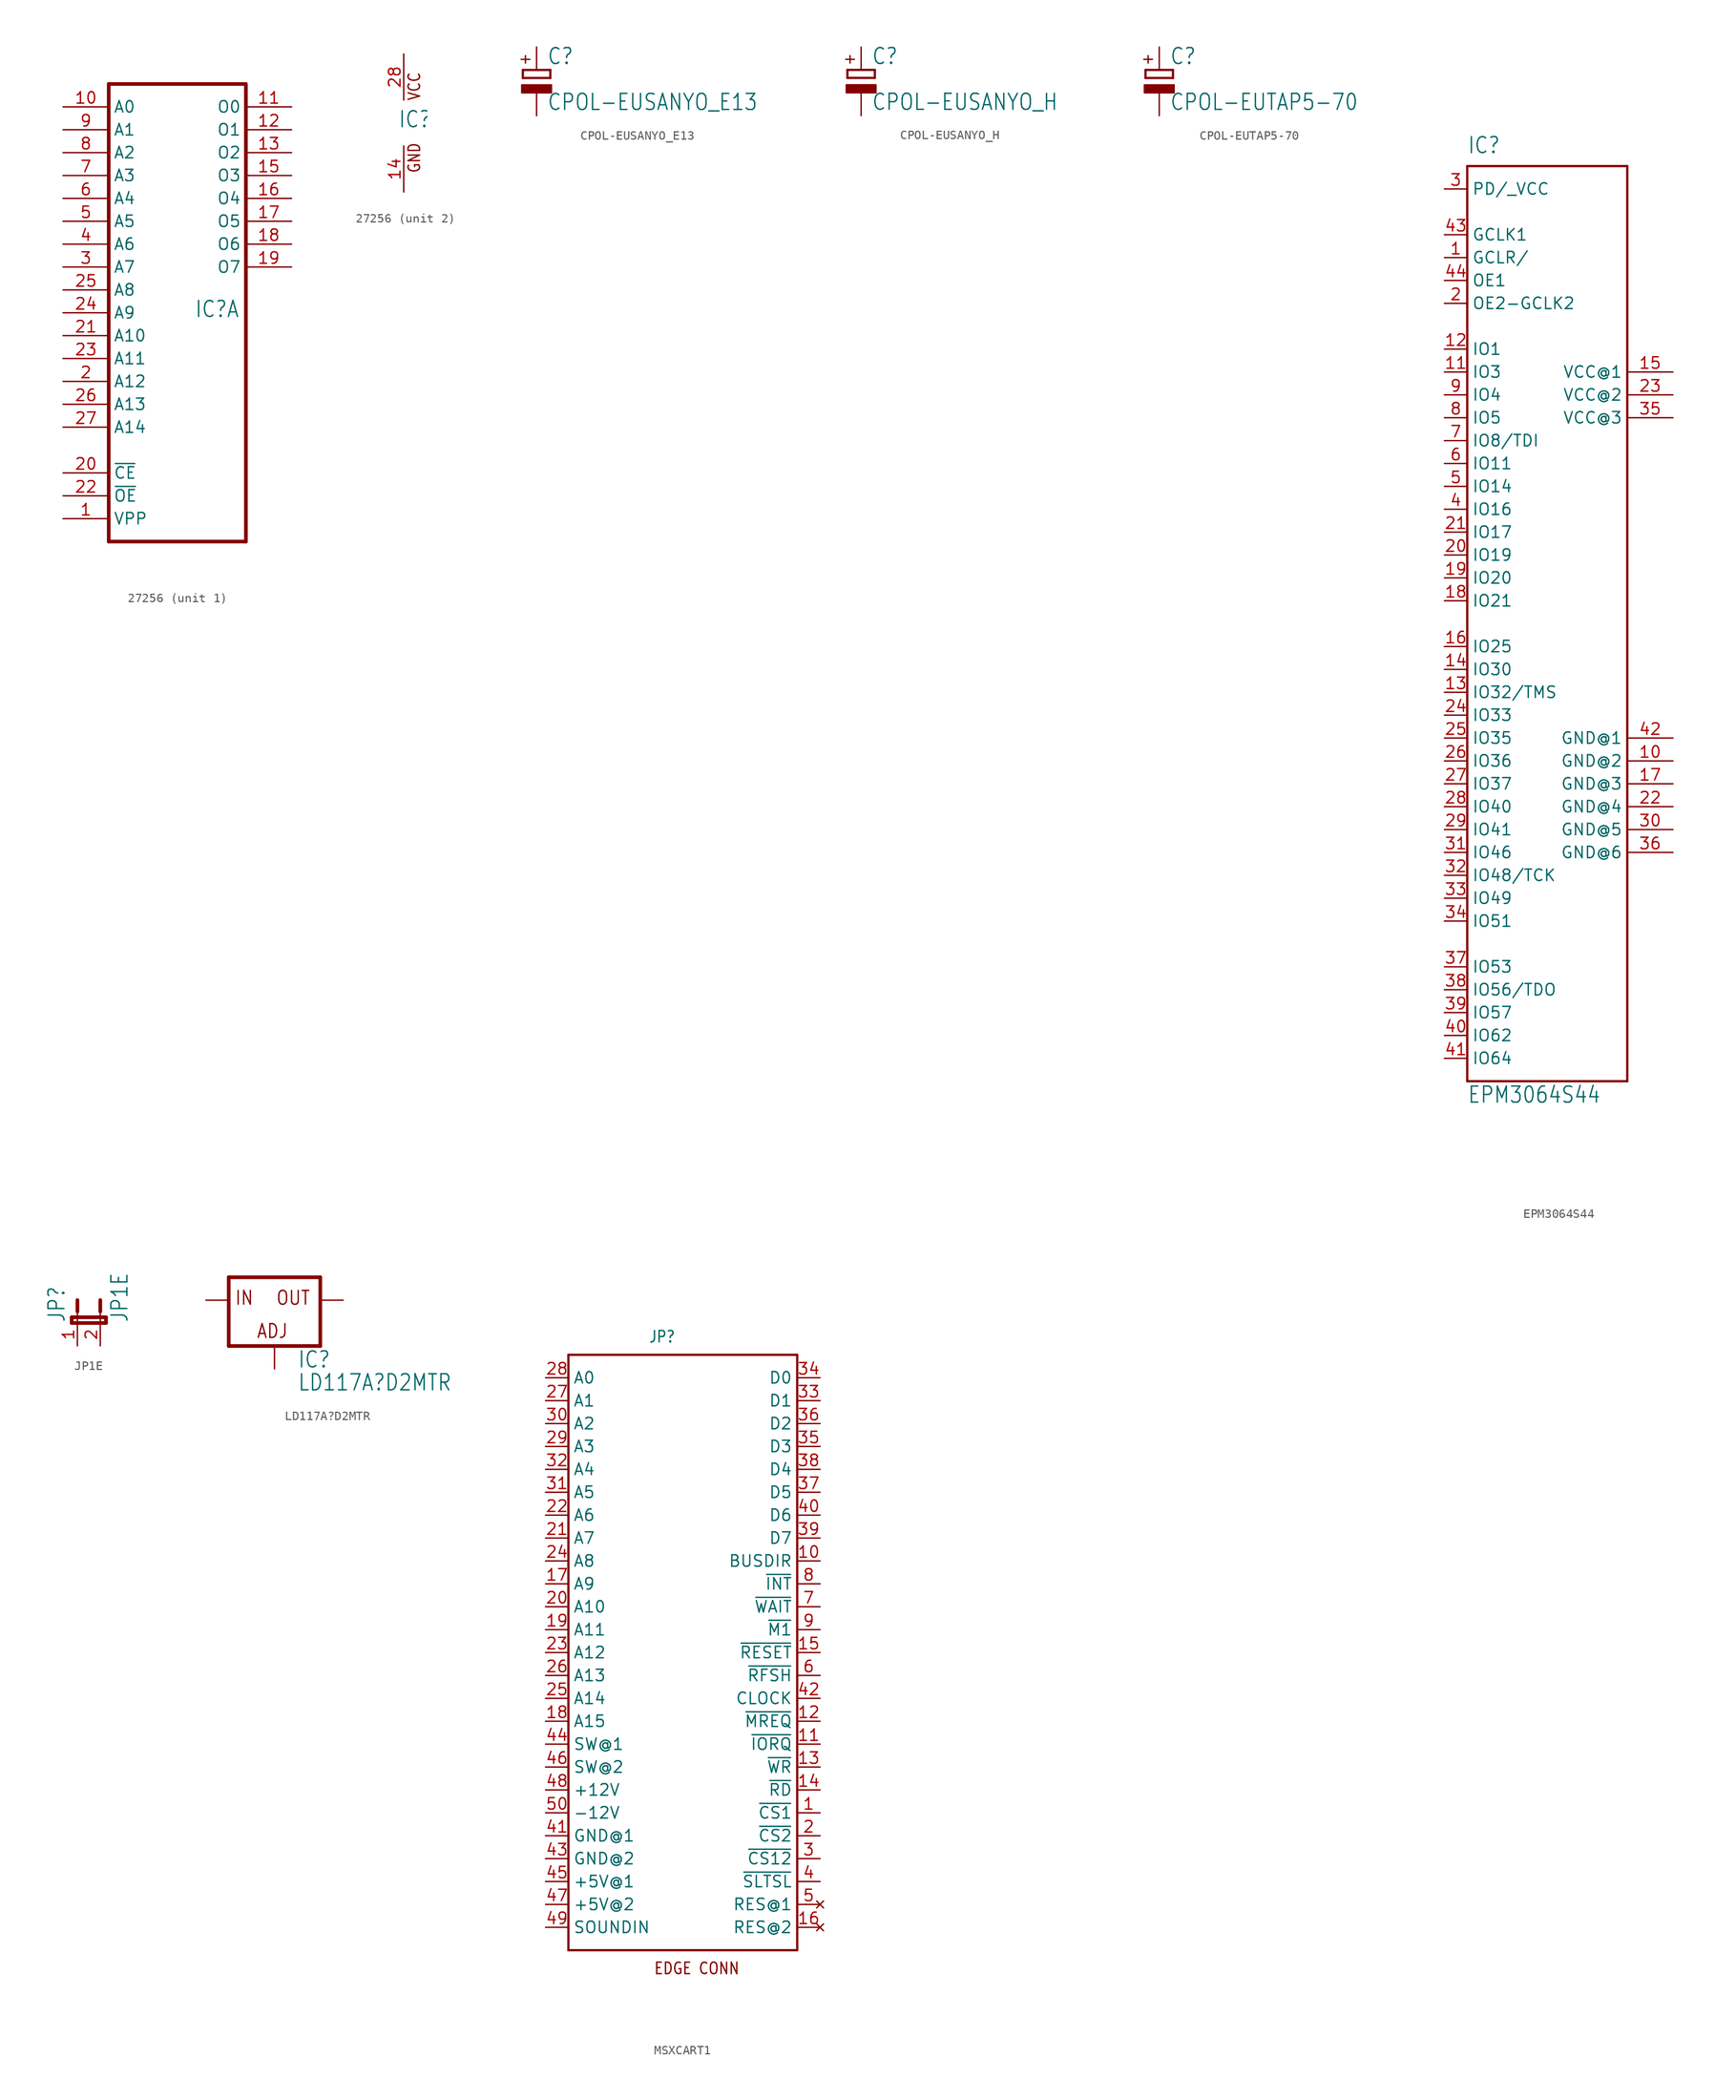
<source format=kicad_sym>
(kicad_symbol_lib
  (version 20211014)
  (generator kicad_symbol_editor)
  (symbol "27256"
    (property "Reference" "IC"
      (at -0.635 -0.635 0)
      (effects (font (size 1.778 1.511)) (justify left bottom)))
    (property "ki_locked" ""
      (at 0 0 0)
      (effects (font (size 1.27 1.27))))
    (symbol "27256_1_0"
      (polyline (pts (xy -10.16 -25.4) (xy 5.08 -25.4)) (stroke (width 0.406) (type default) (color 0 0 0 0)) (fill (type none)))
      (polyline (pts (xy -10.16 25.4) (xy -10.16 -25.4)) (stroke (width 0.406) (type default) (color 0 0 0 0)) (fill (type none)))
      (polyline (pts (xy 5.08 -25.4) (xy 5.08 25.4)) (stroke (width 0.406) (type default) (color 0 0 0 0)) (fill (type none)))
      (polyline (pts (xy 5.08 25.4) (xy -10.16 25.4)) (stroke (width 0.406) (type default) (color 0 0 0 0)) (fill (type none)))
      (pin input line (at -15.24 -22.86 0) (length 5.08) (name "VPP" (effects (font (size 1.27 1.27)))) (number "1" (effects (font (size 1.27 1.27)))))
      (pin input line (at -15.24 22.86 0) (length 5.08) (name "A0" (effects (font (size 1.27 1.27)))) (number "10" (effects (font (size 1.27 1.27)))))
      (pin tri_state line (at 10.16 22.86 180) (length 5.08) (name "O0" (effects (font (size 1.27 1.27)))) (number "11" (effects (font (size 1.27 1.27)))))
      (pin tri_state line (at 10.16 20.32 180) (length 5.08) (name "O1" (effects (font (size 1.27 1.27)))) (number "12" (effects (font (size 1.27 1.27)))))
      (pin tri_state line (at 10.16 17.78 180) (length 5.08) (name "O2" (effects (font (size 1.27 1.27)))) (number "13" (effects (font (size 1.27 1.27)))))
      (pin tri_state line (at 10.16 15.24 180) (length 5.08) (name "O3" (effects (font (size 1.27 1.27)))) (number "15" (effects (font (size 1.27 1.27)))))
      (pin tri_state line (at 10.16 12.7 180) (length 5.08) (name "O4" (effects (font (size 1.27 1.27)))) (number "16" (effects (font (size 1.27 1.27)))))
      (pin tri_state line (at 10.16 10.16 180) (length 5.08) (name "O5" (effects (font (size 1.27 1.27)))) (number "17" (effects (font (size 1.27 1.27)))))
      (pin tri_state line (at 10.16 7.62 180) (length 5.08) (name "O6" (effects (font (size 1.27 1.27)))) (number "18" (effects (font (size 1.27 1.27)))))
      (pin tri_state line (at 10.16 5.08 180) (length 5.08) (name "O7" (effects (font (size 1.27 1.27)))) (number "19" (effects (font (size 1.27 1.27)))))
      (pin input line (at -15.24 -7.62 0) (length 5.08) (name "A12" (effects (font (size 1.27 1.27)))) (number "2" (effects (font (size 1.27 1.27)))))
      (pin input line (at -15.24 -17.78 0) (length 5.08) (name "~{CE}" (effects (font (size 1.27 1.27)))) (number "20" (effects (font (size 1.27 1.27)))))
      (pin input line (at -15.24 -2.54 0) (length 5.08) (name "A10" (effects (font (size 1.27 1.27)))) (number "21" (effects (font (size 1.27 1.27)))))
      (pin input line (at -15.24 -20.32 0) (length 5.08) (name "~{OE}" (effects (font (size 1.27 1.27)))) (number "22" (effects (font (size 1.27 1.27)))))
      (pin input line (at -15.24 -5.08 0) (length 5.08) (name "A11" (effects (font (size 1.27 1.27)))) (number "23" (effects (font (size 1.27 1.27)))))
      (pin input line (at -15.24 0 0) (length 5.08) (name "A9" (effects (font (size 1.27 1.27)))) (number "24" (effects (font (size 1.27 1.27)))))
      (pin input line (at -15.24 2.54 0) (length 5.08) (name "A8" (effects (font (size 1.27 1.27)))) (number "25" (effects (font (size 1.27 1.27)))))
      (pin input line (at -15.24 -10.16 0) (length 5.08) (name "A13" (effects (font (size 1.27 1.27)))) (number "26" (effects (font (size 1.27 1.27)))))
      (pin input line (at -15.24 -12.7 0) (length 5.08) (name "A14" (effects (font (size 1.27 1.27)))) (number "27" (effects (font (size 1.27 1.27)))))
      (pin input line (at -15.24 5.08 0) (length 5.08) (name "A7" (effects (font (size 1.27 1.27)))) (number "3" (effects (font (size 1.27 1.27)))))
      (pin input line (at -15.24 7.62 0) (length 5.08) (name "A6" (effects (font (size 1.27 1.27)))) (number "4" (effects (font (size 1.27 1.27)))))
      (pin input line (at -15.24 10.16 0) (length 5.08) (name "A5" (effects (font (size 1.27 1.27)))) (number "5" (effects (font (size 1.27 1.27)))))
      (pin input line (at -15.24 12.7 0) (length 5.08) (name "A4" (effects (font (size 1.27 1.27)))) (number "6" (effects (font (size 1.27 1.27)))))
      (pin input line (at -15.24 15.24 0) (length 5.08) (name "A3" (effects (font (size 1.27 1.27)))) (number "7" (effects (font (size 1.27 1.27)))))
      (pin input line (at -15.24 17.78 0) (length 5.08) (name "A2" (effects (font (size 1.27 1.27)))) (number "8" (effects (font (size 1.27 1.27)))))
      (pin input line (at -15.24 20.32 0) (length 5.08) (name "A1" (effects (font (size 1.27 1.27)))) (number "9" (effects (font (size 1.27 1.27))))))
    (symbol "27256_2_0"
      (text "GND" (at 1.905 -5.588 900) (effects (font (size 1.27 1.079)) (justify left bottom)))
      (text "VCC" (at 1.905 2.413 900) (effects (font (size 1.27 1.079)) (justify left bottom)))
      (pin power_in line (at 0 -7.62 90) (length 5.08) (name "GND" (effects (font (size 0 0)))) (number "14" (effects (font (size 1.27 1.27)))))
      (pin power_in line (at 0 7.62 270) (length 5.08) (name "VCC" (effects (font (size 0 0)))) (number "28" (effects (font (size 1.27 1.27)))))))
  (symbol "CPOL-EUSANYO_E13"
    (property "Reference" "C"
      (at 1.143 0.483 0)
      (effects (font (size 1.778 1.511)) (justify left bottom)))
    (property "Value" "CPOL-EUSANYO_E13"
      (at 1.143 -4.597 0)
      (effects (font (size 1.778 1.511)) (justify left bottom)))
    (property "ki_locked" ""
      (at 0 0 0)
      (effects (font (size 1.27 1.27))))
    (symbol "CPOL-EUSANYO_E13_1_0"
      (rectangle (start -1.651 -2.54) (end 1.651 -1.651) (stroke (width 0) (type default) (color 0 0 0 0)) (fill (type outline)))
      (polyline (pts (xy -1.524 -0.889) (xy 1.524 -0.889)) (stroke (width 0.254) (type default) (color 0 0 0 0)) (fill (type none)))
      (polyline (pts (xy -1.524 0) (xy -1.524 -0.889)) (stroke (width 0.254) (type default) (color 0 0 0 0)) (fill (type none)))
      (polyline (pts (xy -1.524 0) (xy 1.524 0)) (stroke (width 0.254) (type default) (color 0 0 0 0)) (fill (type none)))
      (polyline (pts (xy 1.524 -0.889) (xy 1.524 0)) (stroke (width 0.254) (type default) (color 0 0 0 0)) (fill (type none)))
      (text "+" (at -0.584 0.406 900) (effects (font (size 1.27 1.079)) (justify left bottom)))
      (pin passive line (at 0 2.54 270) (length 2.54) (name "+" (effects (font (size 0 0)))) (number "+" (effects (font (size 0 0)))))
      (pin passive line (at 0 -5.08 90) (length 2.54) (name "-" (effects (font (size 0 0)))) (number "-" (effects (font (size 0 0)))))))
  (symbol "CPOL-EUSANYO_H"
    (property "Reference" "C"
      (at 1.143 0.483 0)
      (effects (font (size 1.778 1.511)) (justify left bottom)))
    (property "Value" "CPOL-EUSANYO_H"
      (at 1.143 -4.597 0)
      (effects (font (size 1.778 1.511)) (justify left bottom)))
    (property "ki_locked" ""
      (at 0 0 0)
      (effects (font (size 1.27 1.27))))
    (symbol "CPOL-EUSANYO_H_1_0"
      (rectangle (start -1.651 -2.54) (end 1.651 -1.651) (stroke (width 0) (type default) (color 0 0 0 0)) (fill (type outline)))
      (polyline (pts (xy -1.524 -0.889) (xy 1.524 -0.889)) (stroke (width 0.254) (type default) (color 0 0 0 0)) (fill (type none)))
      (polyline (pts (xy -1.524 0) (xy -1.524 -0.889)) (stroke (width 0.254) (type default) (color 0 0 0 0)) (fill (type none)))
      (polyline (pts (xy -1.524 0) (xy 1.524 0)) (stroke (width 0.254) (type default) (color 0 0 0 0)) (fill (type none)))
      (polyline (pts (xy 1.524 -0.889) (xy 1.524 0)) (stroke (width 0.254) (type default) (color 0 0 0 0)) (fill (type none)))
      (text "+" (at -0.584 0.406 900) (effects (font (size 1.27 1.079)) (justify left bottom)))
      (pin passive line (at 0 2.54 270) (length 2.54) (name "+" (effects (font (size 0 0)))) (number "+" (effects (font (size 0 0)))))
      (pin passive line (at 0 -5.08 90) (length 2.54) (name "-" (effects (font (size 0 0)))) (number "-" (effects (font (size 0 0)))))))
  (symbol "CPOL-EUTAP5-70"
    (property "Reference" "C"
      (at 1.143 0.483 0)
      (effects (font (size 1.778 1.511)) (justify left bottom)))
    (property "Value" "CPOL-EUTAP5-70"
      (at 1.143 -4.597 0)
      (effects (font (size 1.778 1.511)) (justify left bottom)))
    (property "ki_locked" ""
      (at 0 0 0)
      (effects (font (size 1.27 1.27))))
    (symbol "CPOL-EUTAP5-70_1_0"
      (rectangle (start -1.651 -2.54) (end 1.651 -1.651) (stroke (width 0) (type default) (color 0 0 0 0)) (fill (type outline)))
      (polyline (pts (xy -1.524 -0.889) (xy 1.524 -0.889)) (stroke (width 0.254) (type default) (color 0 0 0 0)) (fill (type none)))
      (polyline (pts (xy -1.524 0) (xy -1.524 -0.889)) (stroke (width 0.254) (type default) (color 0 0 0 0)) (fill (type none)))
      (polyline (pts (xy -1.524 0) (xy 1.524 0)) (stroke (width 0.254) (type default) (color 0 0 0 0)) (fill (type none)))
      (polyline (pts (xy 1.524 -0.889) (xy 1.524 0)) (stroke (width 0.254) (type default) (color 0 0 0 0)) (fill (type none)))
      (text "+" (at -0.584 0.406 900) (effects (font (size 1.27 1.079)) (justify left bottom)))
      (pin passive line (at 0 2.54 270) (length 2.54) (name "+" (effects (font (size 0 0)))) (number "+" (effects (font (size 0 0)))))
      (pin passive line (at 0 -5.08 90) (length 2.54) (name "-" (effects (font (size 0 0)))) (number "-" (effects (font (size 0 0)))))))
  (symbol "EPM3064S44"
    (property "Reference" "IC"
      (at -10.16 52.07 0)
      (effects (font (size 1.778 1.511)) (justify left bottom)))
    (property "Value" "EPM3064S44"
      (at -10.16 -53.34 0)
      (effects (font (size 1.778 1.511)) (justify left bottom)))
    (property "ki_locked" ""
      (at 0 0 0)
      (effects (font (size 1.27 1.27))))
    (symbol "EPM3064S44_1_0"
      (polyline (pts (xy -10.16 -50.8) (xy 7.62 -50.8)) (stroke (width 0.254) (type default) (color 0 0 0 0)) (fill (type none)))
      (polyline (pts (xy -10.16 50.8) (xy -10.16 -50.8)) (stroke (width 0.254) (type default) (color 0 0 0 0)) (fill (type none)))
      (polyline (pts (xy 7.62 -50.8) (xy 7.62 50.8)) (stroke (width 0.254) (type default) (color 0 0 0 0)) (fill (type none)))
      (polyline (pts (xy 7.62 50.8) (xy -10.16 50.8)) (stroke (width 0.254) (type default) (color 0 0 0 0)) (fill (type none)))
      (pin input line (at -12.7 40.64 0) (length 2.54) (name "GCLR/" (effects (font (size 1.27 1.27)))) (number "1" (effects (font (size 1.27 1.27)))))
      (pin bidirectional line (at 12.7 -15.24 180) (length 5.08) (name "GND@2" (effects (font (size 1.27 1.27)))) (number "10" (effects (font (size 1.27 1.27)))))
      (pin bidirectional line (at -12.7 27.94 0) (length 2.54) (name "IO3" (effects (font (size 1.27 1.27)))) (number "11" (effects (font (size 1.27 1.27)))))
      (pin bidirectional line (at -12.7 30.48 0) (length 2.54) (name "IO1" (effects (font (size 1.27 1.27)))) (number "12" (effects (font (size 1.27 1.27)))))
      (pin bidirectional line (at -12.7 -7.62 0) (length 2.54) (name "IO32/TMS" (effects (font (size 1.27 1.27)))) (number "13" (effects (font (size 1.27 1.27)))))
      (pin bidirectional line (at -12.7 -5.08 0) (length 2.54) (name "IO30" (effects (font (size 1.27 1.27)))) (number "14" (effects (font (size 1.27 1.27)))))
      (pin bidirectional line (at 12.7 27.94 180) (length 5.08) (name "VCC@1" (effects (font (size 1.27 1.27)))) (number "15" (effects (font (size 1.27 1.27)))))
      (pin bidirectional line (at -12.7 -2.54 0) (length 2.54) (name "IO25" (effects (font (size 1.27 1.27)))) (number "16" (effects (font (size 1.27 1.27)))))
      (pin bidirectional line (at 12.7 -17.78 180) (length 5.08) (name "GND@3" (effects (font (size 1.27 1.27)))) (number "17" (effects (font (size 1.27 1.27)))))
      (pin bidirectional line (at -12.7 2.54 0) (length 2.54) (name "IO21" (effects (font (size 1.27 1.27)))) (number "18" (effects (font (size 1.27 1.27)))))
      (pin bidirectional line (at -12.7 5.08 0) (length 2.54) (name "IO20" (effects (font (size 1.27 1.27)))) (number "19" (effects (font (size 1.27 1.27)))))
      (pin input line (at -12.7 35.56 0) (length 2.54) (name "OE2-GCLK2" (effects (font (size 1.27 1.27)))) (number "2" (effects (font (size 1.27 1.27)))))
      (pin bidirectional line (at -12.7 7.62 0) (length 2.54) (name "IO19" (effects (font (size 1.27 1.27)))) (number "20" (effects (font (size 1.27 1.27)))))
      (pin bidirectional line (at -12.7 10.16 0) (length 2.54) (name "IO17" (effects (font (size 1.27 1.27)))) (number "21" (effects (font (size 1.27 1.27)))))
      (pin bidirectional line (at 12.7 -20.32 180) (length 5.08) (name "GND@4" (effects (font (size 1.27 1.27)))) (number "22" (effects (font (size 1.27 1.27)))))
      (pin bidirectional line (at 12.7 25.4 180) (length 5.08) (name "VCC@2" (effects (font (size 1.27 1.27)))) (number "23" (effects (font (size 1.27 1.27)))))
      (pin bidirectional line (at -12.7 -10.16 0) (length 2.54) (name "IO33" (effects (font (size 1.27 1.27)))) (number "24" (effects (font (size 1.27 1.27)))))
      (pin bidirectional line (at -12.7 -12.7 0) (length 2.54) (name "IO35" (effects (font (size 1.27 1.27)))) (number "25" (effects (font (size 1.27 1.27)))))
      (pin bidirectional line (at -12.7 -15.24 0) (length 2.54) (name "IO36" (effects (font (size 1.27 1.27)))) (number "26" (effects (font (size 1.27 1.27)))))
      (pin bidirectional line (at -12.7 -17.78 0) (length 2.54) (name "IO37" (effects (font (size 1.27 1.27)))) (number "27" (effects (font (size 1.27 1.27)))))
      (pin bidirectional line (at -12.7 -20.32 0) (length 2.54) (name "IO40" (effects (font (size 1.27 1.27)))) (number "28" (effects (font (size 1.27 1.27)))))
      (pin bidirectional line (at -12.7 -22.86 0) (length 2.54) (name "IO41" (effects (font (size 1.27 1.27)))) (number "29" (effects (font (size 1.27 1.27)))))
      (pin passive line (at -12.7 48.26 0) (length 2.54) (name "PD/_VCC" (effects (font (size 1.27 1.27)))) (number "3" (effects (font (size 1.27 1.27)))))
      (pin bidirectional line (at 12.7 -22.86 180) (length 5.08) (name "GND@5" (effects (font (size 1.27 1.27)))) (number "30" (effects (font (size 1.27 1.27)))))
      (pin bidirectional line (at -12.7 -25.4 0) (length 2.54) (name "IO46" (effects (font (size 1.27 1.27)))) (number "31" (effects (font (size 1.27 1.27)))))
      (pin bidirectional line (at -12.7 -27.94 0) (length 2.54) (name "IO48/TCK" (effects (font (size 1.27 1.27)))) (number "32" (effects (font (size 1.27 1.27)))))
      (pin bidirectional line (at -12.7 -30.48 0) (length 2.54) (name "IO49" (effects (font (size 1.27 1.27)))) (number "33" (effects (font (size 1.27 1.27)))))
      (pin bidirectional line (at -12.7 -33.02 0) (length 2.54) (name "IO51" (effects (font (size 1.27 1.27)))) (number "34" (effects (font (size 1.27 1.27)))))
      (pin bidirectional line (at 12.7 22.86 180) (length 5.08) (name "VCC@3" (effects (font (size 1.27 1.27)))) (number "35" (effects (font (size 1.27 1.27)))))
      (pin bidirectional line (at 12.7 -25.4 180) (length 5.08) (name "GND@6" (effects (font (size 1.27 1.27)))) (number "36" (effects (font (size 1.27 1.27)))))
      (pin bidirectional line (at -12.7 -38.1 0) (length 2.54) (name "IO53" (effects (font (size 1.27 1.27)))) (number "37" (effects (font (size 1.27 1.27)))))
      (pin bidirectional line (at -12.7 -40.64 0) (length 2.54) (name "IO56/TDO" (effects (font (size 1.27 1.27)))) (number "38" (effects (font (size 1.27 1.27)))))
      (pin bidirectional line (at -12.7 -43.18 0) (length 2.54) (name "IO57" (effects (font (size 1.27 1.27)))) (number "39" (effects (font (size 1.27 1.27)))))
      (pin bidirectional line (at -12.7 12.7 0) (length 2.54) (name "IO16" (effects (font (size 1.27 1.27)))) (number "4" (effects (font (size 1.27 1.27)))))
      (pin bidirectional line (at -12.7 -45.72 0) (length 2.54) (name "IO62" (effects (font (size 1.27 1.27)))) (number "40" (effects (font (size 1.27 1.27)))))
      (pin bidirectional line (at -12.7 -48.26 0) (length 2.54) (name "IO64" (effects (font (size 1.27 1.27)))) (number "41" (effects (font (size 1.27 1.27)))))
      (pin bidirectional line (at 12.7 -12.7 180) (length 5.08) (name "GND@1" (effects (font (size 1.27 1.27)))) (number "42" (effects (font (size 1.27 1.27)))))
      (pin input line (at -12.7 43.18 0) (length 2.54) (name "GCLK1" (effects (font (size 1.27 1.27)))) (number "43" (effects (font (size 1.27 1.27)))))
      (pin input line (at -12.7 38.1 0) (length 2.54) (name "OE1" (effects (font (size 1.27 1.27)))) (number "44" (effects (font (size 1.27 1.27)))))
      (pin bidirectional line (at -12.7 15.24 0) (length 2.54) (name "IO14" (effects (font (size 1.27 1.27)))) (number "5" (effects (font (size 1.27 1.27)))))
      (pin bidirectional line (at -12.7 17.78 0) (length 2.54) (name "IO11" (effects (font (size 1.27 1.27)))) (number "6" (effects (font (size 1.27 1.27)))))
      (pin bidirectional line (at -12.7 20.32 0) (length 2.54) (name "IO8/TDI" (effects (font (size 1.27 1.27)))) (number "7" (effects (font (size 1.27 1.27)))))
      (pin bidirectional line (at -12.7 22.86 0) (length 2.54) (name "IO5" (effects (font (size 1.27 1.27)))) (number "8" (effects (font (size 1.27 1.27)))))
      (pin bidirectional line (at -12.7 25.4 0) (length 2.54) (name "IO4" (effects (font (size 1.27 1.27)))) (number "9" (effects (font (size 1.27 1.27)))))))
  (symbol "JP1E"
    (property "Reference" "JP"
      (at -1.27 0 90)
      (effects (font (size 1.778 1.511)) (justify left bottom)))
    (property "Value" "JP1E"
      (at 5.715 0 90)
      (effects (font (size 1.778 1.511)) (justify left bottom)))
    (property "ki_locked" ""
      (at 0 0 0)
      (effects (font (size 1.27 1.27))))
    (symbol "JP1E_1_0"
      (polyline (pts (xy -0.635 0) (xy 3.175 0)) (stroke (width 0.406) (type default) (color 0 0 0 0)) (fill (type none)))
      (polyline (pts (xy -0.635 0.635) (xy -0.635 0)) (stroke (width 0.406) (type default) (color 0 0 0 0)) (fill (type none)))
      (polyline (pts (xy 0 0) (xy 0 1.27)) (stroke (width 0.152) (type default) (color 0 0 0 0)) (fill (type none)))
      (polyline (pts (xy 0 2.54) (xy 0 1.27)) (stroke (width 0.406) (type default) (color 0 0 0 0)) (fill (type none)))
      (polyline (pts (xy 2.54 0) (xy 2.54 1.27)) (stroke (width 0.152) (type default) (color 0 0 0 0)) (fill (type none)))
      (polyline (pts (xy 2.54 2.54) (xy 2.54 1.27)) (stroke (width 0.406) (type default) (color 0 0 0 0)) (fill (type none)))
      (polyline (pts (xy 3.175 0) (xy 3.175 0.635)) (stroke (width 0.406) (type default) (color 0 0 0 0)) (fill (type none)))
      (polyline (pts (xy 3.175 0.635) (xy -0.635 0.635)) (stroke (width 0.406) (type default) (color 0 0 0 0)) (fill (type none)))
      (pin passive line (at 0 -2.54 90) (length 2.54) (name "1" (effects (font (size 0 0)))) (number "1" (effects (font (size 1.27 1.27)))))
      (pin passive line (at 2.54 -2.54 90) (length 2.54) (name "2" (effects (font (size 0 0)))) (number "2" (effects (font (size 1.27 1.27)))))))
  (symbol "LD117A?D2MTR"
    (property "Reference" "IC"
      (at 2.54 -7.62 0)
      (effects (font (size 1.778 1.511)) (justify left bottom)))
    (property "Value" "LD117A?D2MTR"
      (at 2.54 -10.16 0)
      (effects (font (size 1.778 1.511)) (justify left bottom)))
    (property "ki_locked" ""
      (at 0 0 0)
      (effects (font (size 1.27 1.27))))
    (symbol "LD117A?D2MTR_1_0"
      (polyline (pts (xy -5.08 -5.08) (xy 5.08 -5.08)) (stroke (width 0.406) (type default) (color 0 0 0 0)) (fill (type none)))
      (polyline (pts (xy -5.08 2.54) (xy -5.08 -5.08)) (stroke (width 0.406) (type default) (color 0 0 0 0)) (fill (type none)))
      (polyline (pts (xy 5.08 -5.08) (xy 5.08 2.54)) (stroke (width 0.406) (type default) (color 0 0 0 0)) (fill (type none)))
      (polyline (pts (xy 5.08 2.54) (xy -5.08 2.54)) (stroke (width 0.406) (type default) (color 0 0 0 0)) (fill (type none)))
      (text "ADJ" (at -2.032 -4.318 0) (effects (font (size 1.524 1.295)) (justify left bottom)))
      (text "IN" (at -4.445 -0.635 0) (effects (font (size 1.524 1.295)) (justify left bottom)))
      (text "OUT" (at 0.127 -0.635 0) (effects (font (size 1.524 1.295)) (justify left bottom)))
      (pin input line (at 0 -7.62 90) (length 2.54) (name "ADJ" (effects (font (size 0 0)))) (number "1" (effects (font (size 0 0)))))
      (pin passive line (at 7.62 0 180) (length 2.54) (name "OUT" (effects (font (size 0 0)))) (number "2" (effects (font (size 0 0)))))
      (pin input line (at -7.62 0 0) (length 2.54) (name "IN" (effects (font (size 0 0)))) (number "3" (effects (font (size 0 0)))))))
  (symbol "MSXCART1"
    (property "Reference" "JP"
      (at -3.81 34.29 0)
      (effects (font (size 1.27 1.079)) (justify left bottom)))
    (property "ki_locked" ""
      (at 0 0 0)
      (effects (font (size 1.27 1.27))))
    (symbol "MSXCART1_1_0"
      (polyline (pts (xy -12.7 -33.02) (xy -12.7 33.02)) (stroke (width 0.254) (type default) (color 0 0 0 0)) (fill (type none)))
      (polyline (pts (xy -12.7 33.02) (xy 12.7 33.02)) (stroke (width 0.254) (type default) (color 0 0 0 0)) (fill (type none)))
      (polyline (pts (xy 12.7 -33.02) (xy -12.7 -33.02)) (stroke (width 0.254) (type default) (color 0 0 0 0)) (fill (type none)))
      (polyline (pts (xy 12.7 33.02) (xy 12.7 -33.02)) (stroke (width 0.254) (type default) (color 0 0 0 0)) (fill (type none)))
      (text "EDGE CONN" (at 6.35 -34.29 0) (effects (font (size 1.27 1.079)) (justify right top)))
      (pin output line (at 15.24 -17.78 180) (length 2.54) (name "~{CS1}" (effects (font (size 1.27 1.27)))) (number "1" (effects (font (size 1.27 1.27)))))
      (pin input line (at 15.24 10.16 180) (length 2.54) (name "BUSDIR" (effects (font (size 1.27 1.27)))) (number "10" (effects (font (size 1.27 1.27)))))
      (pin output line (at 15.24 -10.16 180) (length 2.54) (name "~{IORQ}" (effects (font (size 1.27 1.27)))) (number "11" (effects (font (size 1.27 1.27)))))
      (pin output line (at 15.24 -7.62 180) (length 2.54) (name "~{MREQ}" (effects (font (size 1.27 1.27)))) (number "12" (effects (font (size 1.27 1.27)))))
      (pin output line (at 15.24 -12.7 180) (length 2.54) (name "~{WR}" (effects (font (size 1.27 1.27)))) (number "13" (effects (font (size 1.27 1.27)))))
      (pin output line (at 15.24 -15.24 180) (length 2.54) (name "~{RD}" (effects (font (size 1.27 1.27)))) (number "14" (effects (font (size 1.27 1.27)))))
      (pin output line (at 15.24 0 180) (length 2.54) (name "~{RESET}" (effects (font (size 1.27 1.27)))) (number "15" (effects (font (size 1.27 1.27)))))
      (pin no_connect line (at 15.24 -30.48 180) (length 2.54) (name "RES@2" (effects (font (size 1.27 1.27)))) (number "16" (effects (font (size 1.27 1.27)))))
      (pin output line (at -15.24 7.62 0) (length 2.54) (name "A9" (effects (font (size 1.27 1.27)))) (number "17" (effects (font (size 1.27 1.27)))))
      (pin output line (at -15.24 -7.62 0) (length 2.54) (name "A15" (effects (font (size 1.27 1.27)))) (number "18" (effects (font (size 1.27 1.27)))))
      (pin output line (at -15.24 2.54 0) (length 2.54) (name "A11" (effects (font (size 1.27 1.27)))) (number "19" (effects (font (size 1.27 1.27)))))
      (pin output line (at 15.24 -20.32 180) (length 2.54) (name "~{CS2}" (effects (font (size 1.27 1.27)))) (number "2" (effects (font (size 1.27 1.27)))))
      (pin output line (at -15.24 5.08 0) (length 2.54) (name "A10" (effects (font (size 1.27 1.27)))) (number "20" (effects (font (size 1.27 1.27)))))
      (pin output line (at -15.24 12.7 0) (length 2.54) (name "A7" (effects (font (size 1.27 1.27)))) (number "21" (effects (font (size 1.27 1.27)))))
      (pin output line (at -15.24 15.24 0) (length 2.54) (name "A6" (effects (font (size 1.27 1.27)))) (number "22" (effects (font (size 1.27 1.27)))))
      (pin output line (at -15.24 0 0) (length 2.54) (name "A12" (effects (font (size 1.27 1.27)))) (number "23" (effects (font (size 1.27 1.27)))))
      (pin output line (at -15.24 10.16 0) (length 2.54) (name "A8" (effects (font (size 1.27 1.27)))) (number "24" (effects (font (size 1.27 1.27)))))
      (pin output line (at -15.24 -5.08 0) (length 2.54) (name "A14" (effects (font (size 1.27 1.27)))) (number "25" (effects (font (size 1.27 1.27)))))
      (pin output line (at -15.24 -2.54 0) (length 2.54) (name "A13" (effects (font (size 1.27 1.27)))) (number "26" (effects (font (size 1.27 1.27)))))
      (pin output line (at -15.24 27.94 0) (length 2.54) (name "A1" (effects (font (size 1.27 1.27)))) (number "27" (effects (font (size 1.27 1.27)))))
      (pin output line (at -15.24 30.48 0) (length 2.54) (name "A0" (effects (font (size 1.27 1.27)))) (number "28" (effects (font (size 1.27 1.27)))))
      (pin output line (at -15.24 22.86 0) (length 2.54) (name "A3" (effects (font (size 1.27 1.27)))) (number "29" (effects (font (size 1.27 1.27)))))
      (pin output line (at 15.24 -22.86 180) (length 2.54) (name "~{CS12}" (effects (font (size 1.27 1.27)))) (number "3" (effects (font (size 1.27 1.27)))))
      (pin output line (at -15.24 25.4 0) (length 2.54) (name "A2" (effects (font (size 1.27 1.27)))) (number "30" (effects (font (size 1.27 1.27)))))
      (pin output line (at -15.24 17.78 0) (length 2.54) (name "A5" (effects (font (size 1.27 1.27)))) (number "31" (effects (font (size 1.27 1.27)))))
      (pin output line (at -15.24 20.32 0) (length 2.54) (name "A4" (effects (font (size 1.27 1.27)))) (number "32" (effects (font (size 1.27 1.27)))))
      (pin bidirectional line (at 15.24 27.94 180) (length 2.54) (name "D1" (effects (font (size 1.27 1.27)))) (number "33" (effects (font (size 1.27 1.27)))))
      (pin bidirectional line (at 15.24 30.48 180) (length 2.54) (name "D0" (effects (font (size 1.27 1.27)))) (number "34" (effects (font (size 1.27 1.27)))))
      (pin bidirectional line (at 15.24 22.86 180) (length 2.54) (name "D3" (effects (font (size 1.27 1.27)))) (number "35" (effects (font (size 1.27 1.27)))))
      (pin bidirectional line (at 15.24 25.4 180) (length 2.54) (name "D2" (effects (font (size 1.27 1.27)))) (number "36" (effects (font (size 1.27 1.27)))))
      (pin bidirectional line (at 15.24 17.78 180) (length 2.54) (name "D5" (effects (font (size 1.27 1.27)))) (number "37" (effects (font (size 1.27 1.27)))))
      (pin bidirectional line (at 15.24 20.32 180) (length 2.54) (name "D4" (effects (font (size 1.27 1.27)))) (number "38" (effects (font (size 1.27 1.27)))))
      (pin bidirectional line (at 15.24 12.7 180) (length 2.54) (name "D7" (effects (font (size 1.27 1.27)))) (number "39" (effects (font (size 1.27 1.27)))))
      (pin output line (at 15.24 -25.4 180) (length 2.54) (name "~{SLTSL}" (effects (font (size 1.27 1.27)))) (number "4" (effects (font (size 1.27 1.27)))))
      (pin bidirectional line (at 15.24 15.24 180) (length 2.54) (name "D6" (effects (font (size 1.27 1.27)))) (number "40" (effects (font (size 1.27 1.27)))))
      (pin power_in line (at -15.24 -20.32 0) (length 2.54) (name "GND@1" (effects (font (size 1.27 1.27)))) (number "41" (effects (font (size 1.27 1.27)))))
      (pin output line (at 15.24 -5.08 180) (length 2.54) (name "CLOCK" (effects (font (size 1.27 1.27)))) (number "42" (effects (font (size 1.27 1.27)))))
      (pin power_in line (at -15.24 -22.86 0) (length 2.54) (name "GND@2" (effects (font (size 1.27 1.27)))) (number "43" (effects (font (size 1.27 1.27)))))
      (pin passive line (at -15.24 -10.16 0) (length 2.54) (name "SW@1" (effects (font (size 1.27 1.27)))) (number "44" (effects (font (size 1.27 1.27)))))
      (pin power_in line (at -15.24 -25.4 0) (length 2.54) (name "+5V@1" (effects (font (size 1.27 1.27)))) (number "45" (effects (font (size 1.27 1.27)))))
      (pin passive line (at -15.24 -12.7 0) (length 2.54) (name "SW@2" (effects (font (size 1.27 1.27)))) (number "46" (effects (font (size 1.27 1.27)))))
      (pin power_in line (at -15.24 -27.94 0) (length 2.54) (name "+5V@2" (effects (font (size 1.27 1.27)))) (number "47" (effects (font (size 1.27 1.27)))))
      (pin power_in line (at -15.24 -15.24 0) (length 2.54) (name "+12V" (effects (font (size 1.27 1.27)))) (number "48" (effects (font (size 1.27 1.27)))))
      (pin passive line (at -15.24 -30.48 0) (length 2.54) (name "SOUNDIN" (effects (font (size 1.27 1.27)))) (number "49" (effects (font (size 1.27 1.27)))))
      (pin no_connect line (at 15.24 -27.94 180) (length 2.54) (name "RES@1" (effects (font (size 1.27 1.27)))) (number "5" (effects (font (size 1.27 1.27)))))
      (pin power_in line (at -15.24 -17.78 0) (length 2.54) (name "-12V" (effects (font (size 1.27 1.27)))) (number "50" (effects (font (size 1.27 1.27)))))
      (pin output line (at 15.24 -2.54 180) (length 2.54) (name "~{RFSH}" (effects (font (size 1.27 1.27)))) (number "6" (effects (font (size 1.27 1.27)))))
      (pin open_collector line (at 15.24 5.08 180) (length 2.54) (name "~{WAIT}" (effects (font (size 1.27 1.27)))) (number "7" (effects (font (size 1.27 1.27)))))
      (pin open_collector line (at 15.24 7.62 180) (length 2.54) (name "~{INT}" (effects (font (size 1.27 1.27)))) (number "8" (effects (font (size 1.27 1.27)))))
      (pin output line (at 15.24 2.54 180) (length 2.54) (name "~{M1}" (effects (font (size 1.27 1.27)))) (number "9" (effects (font (size 1.27 1.27))))))))
</source>
